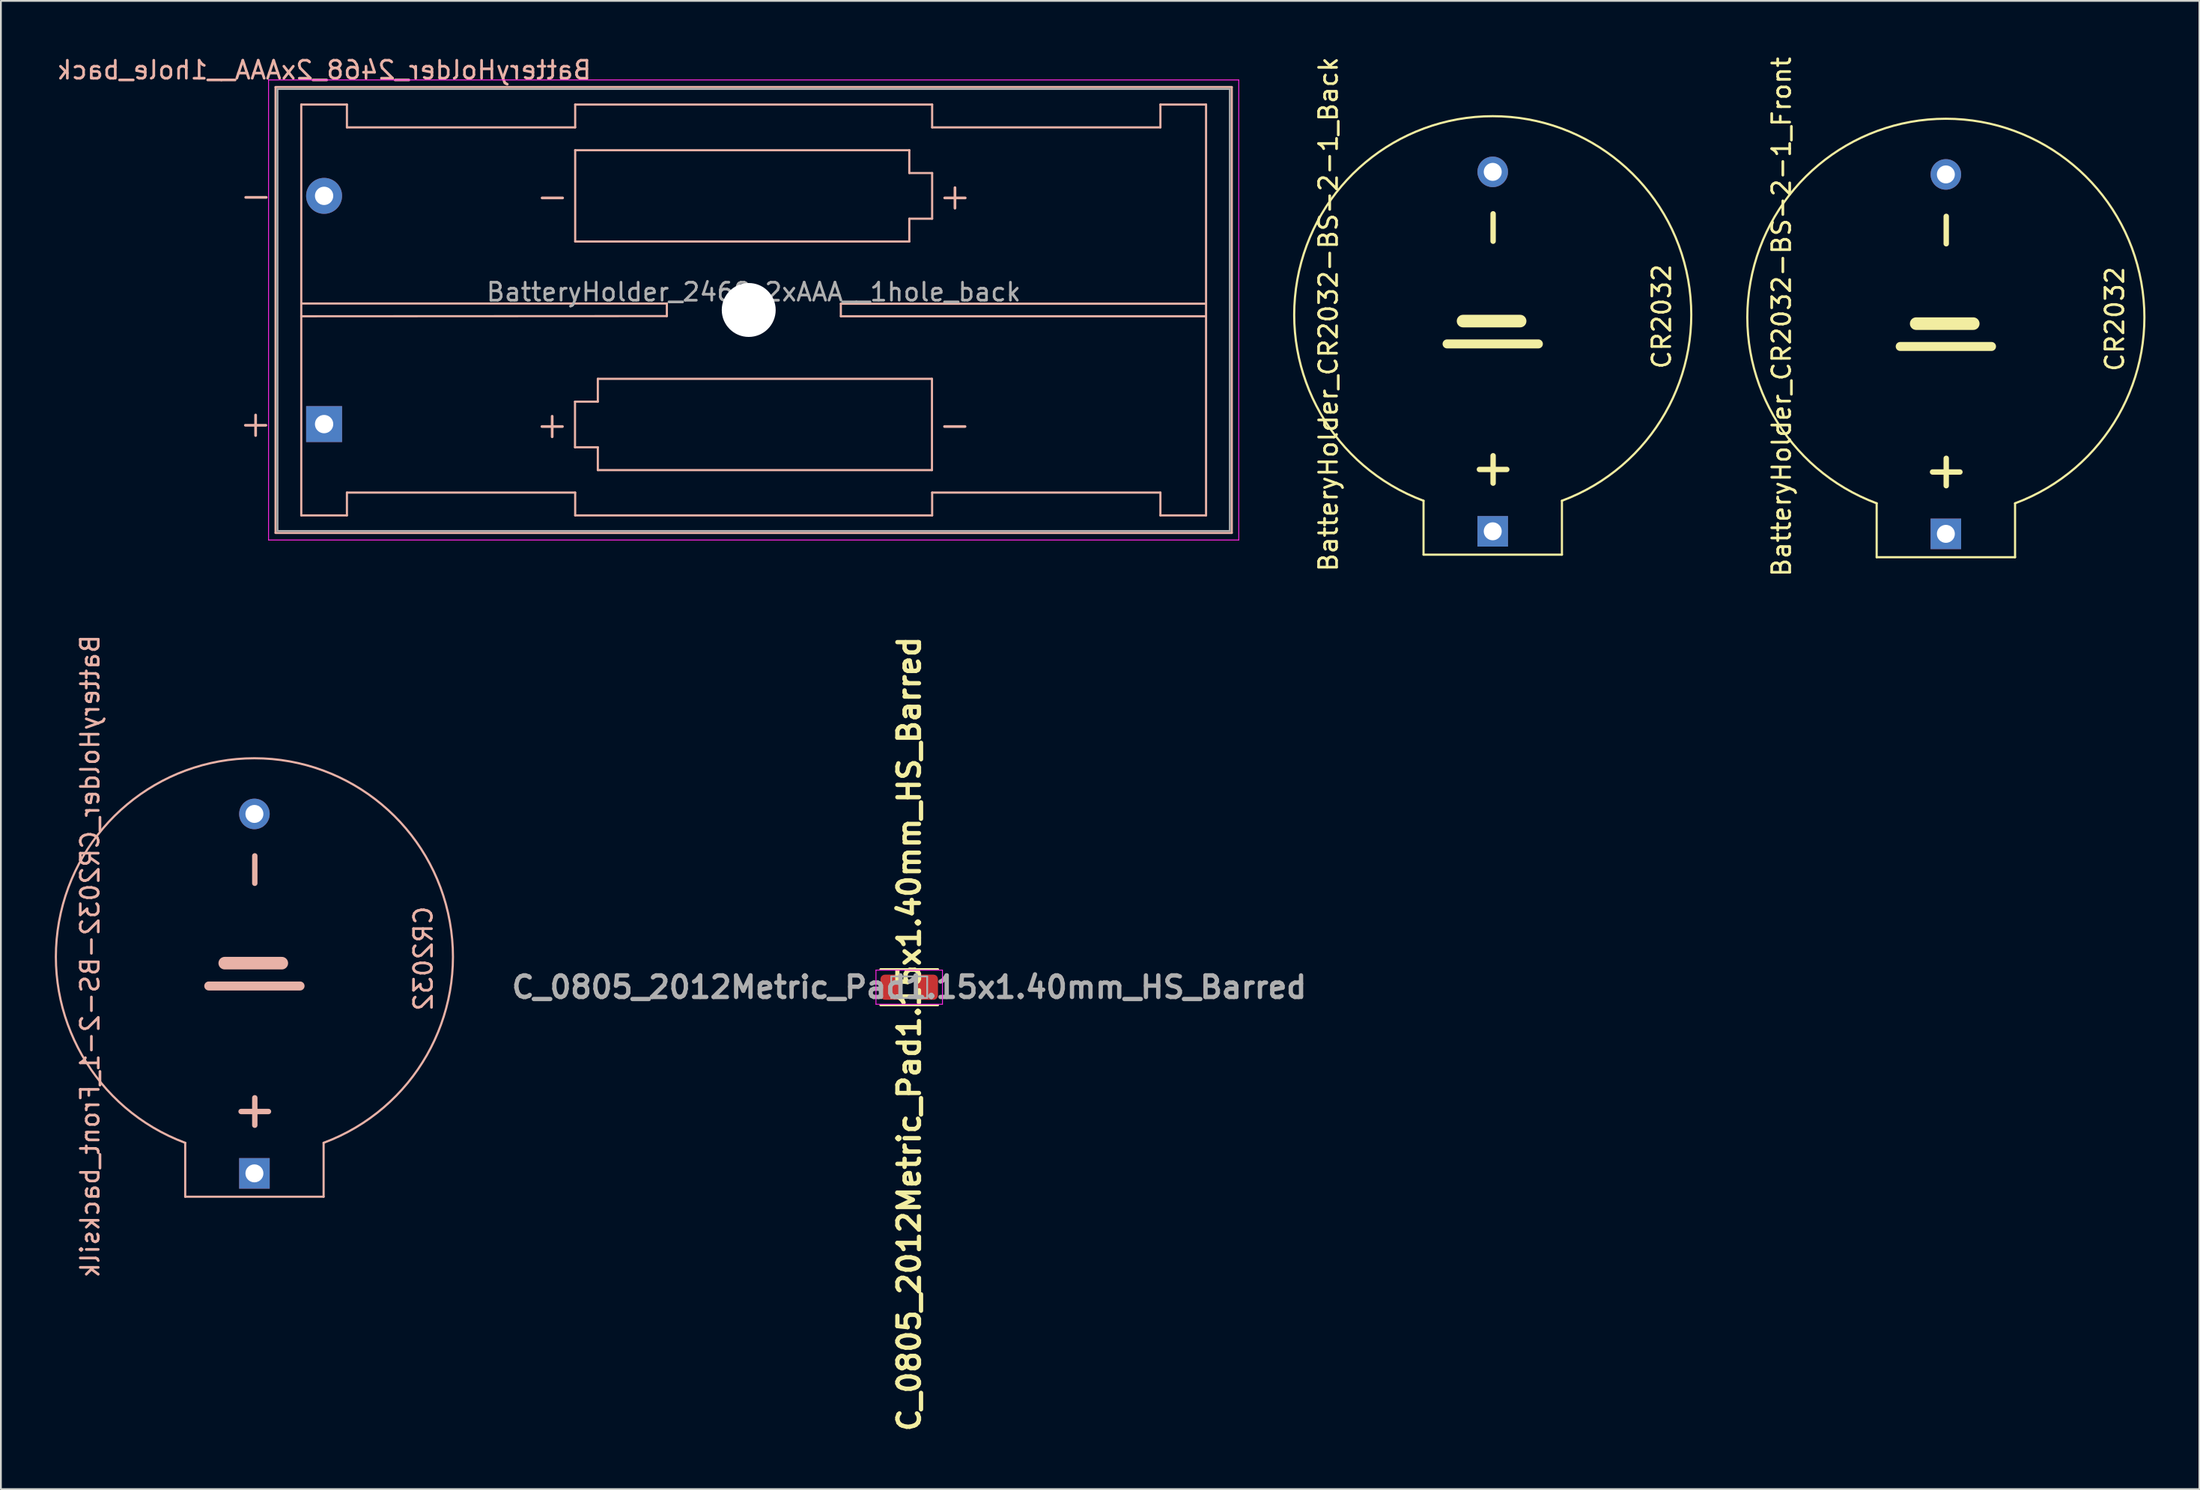
<source format=kicad_pcb>
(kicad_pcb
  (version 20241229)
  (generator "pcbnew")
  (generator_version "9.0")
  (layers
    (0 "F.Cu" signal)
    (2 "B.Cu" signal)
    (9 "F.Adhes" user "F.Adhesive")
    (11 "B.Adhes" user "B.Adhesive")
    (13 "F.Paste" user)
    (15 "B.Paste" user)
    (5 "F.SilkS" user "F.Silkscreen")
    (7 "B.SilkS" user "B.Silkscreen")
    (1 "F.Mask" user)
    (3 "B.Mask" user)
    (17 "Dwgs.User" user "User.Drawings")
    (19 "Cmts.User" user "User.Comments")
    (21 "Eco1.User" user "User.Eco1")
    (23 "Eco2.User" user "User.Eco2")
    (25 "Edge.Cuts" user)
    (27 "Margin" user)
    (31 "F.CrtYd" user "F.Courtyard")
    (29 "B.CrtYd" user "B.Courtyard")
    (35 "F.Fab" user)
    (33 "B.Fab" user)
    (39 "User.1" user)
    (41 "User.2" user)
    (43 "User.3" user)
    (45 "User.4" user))
  (footprint "BatteryHolder_CR2032-BS-2-1_Front"
    (layer "F.Cu")
    (at 105.213 3.655)
    (property "Reference" "BatteryHolder_CR2032-BS-2-1_Front" (at -9.144 10.922 90) (layer "F.SilkS") (effects (font (size 1 1) (thickness 0.15))))
    (attr through_hole)
    (fp_line (start -3.85 24.3) (end -3.85 21.3) (stroke (width 0.12) (type solid)) (layer "F.SilkS"))
    (fp_line (start -3.85 24.3) (end 3.85 24.3) (stroke (width 0.12) (type solid)) (layer "F.SilkS"))
    (fp_line (start -2.54 12.573) (end 2.54 12.573) (stroke (width 0.5) (type solid)) (layer "F.SilkS"))
    (fp_line (start -1.651 11.303) (end 1.524 11.303) (stroke (width 0.7) (type solid)) (layer "F.SilkS"))
    (fp_line (start 3.85 24.3) (end 3.85 21.3) (stroke (width 0.12) (type solid)) (layer "F.SilkS"))
    (fp_arc (start -3.85 21.3) (mid 0 -0.097908) (end 3.85 21.3) (stroke (width 0.12) (type solid)) (layer "F.SilkS"))
    (fp_text user "-" (at -0.127 6.096 90) (layer "F.SilkS") (effects (font (size 2 2) (thickness 0.3))))
    (fp_text user "+" (at -0.127 19.558 90) (layer "F.SilkS") (effects (font (size 2 2) (thickness 0.3))))
    (fp_text user "CR2032" (at 9.398 11.049 90) (layer "F.SilkS") (effects (font (size 1 1) (thickness 0.15))))
    (pad "1" thru_hole rect (at 0 23) (size 1.7 1.7) (drill 1) (layers "*.Cu" "*.Mask"))
    (pad "2" thru_hole circle (at 0 3) (size 1.7 1.7) (drill 1) (layers "*.Cu" "*.Mask")))
  (footprint "BatteryHolder_CR2032-BS-2-1_Front_backsilk"
    (layer "F.Cu")
    (at 11.105 39.239)
    (property "Reference" "BatteryHolder_CR2032-BS-2-1_Front_backsilk" (at -9.144 10.922 90) (layer "B.SilkS") (effects (font (size 1 1) (thickness 0.15)) (justify mirror)))
    (attr through_hole)
    (fp_line (start -3.85 24.3) (end -3.85 21.3) (stroke (width 0.12) (type solid)) (layer "B.SilkS"))
    (fp_line (start -3.85 24.3) (end 3.85 24.3) (stroke (width 0.12) (type solid)) (layer "B.SilkS"))
    (fp_line (start -2.54 12.573) (end 2.54 12.573) (stroke (width 0.5) (type solid)) (layer "B.SilkS"))
    (fp_line (start -1.651 11.303) (end 1.524 11.303) (stroke (width 0.7) (type solid)) (layer "B.SilkS"))
    (fp_line (start 3.85 24.3) (end 3.85 21.3) (stroke (width 0.12) (type solid)) (layer "B.SilkS"))
    (fp_arc (start -3.850171 21.299936) (mid 0.000091 -0.097908) (end 3.85 21.3) (stroke (width 0.12) (type solid)) (layer "B.SilkS"))
    (fp_text user "-" (at -0.127 6.096 90) (layer "B.SilkS") (effects (font (size 2 2) (thickness 0.3)) (justify mirror)))
    (fp_text user "CR2032" (at 9.398 11.049 90) (layer "B.SilkS") (effects (font (size 1 1) (thickness 0.15)) (justify mirror)))
    (fp_text user "+" (at -0.127 19.558 90) (layer "B.SilkS") (effects (font (size 2 2) (thickness 0.3)) (justify mirror)))
    (pad "1" thru_hole rect (at 0 23) (size 1.7 1.7) (drill 1) (layers "*.Cu" "*.Mask"))
    (pad "2" thru_hole circle (at 0 3) (size 1.7 1.7) (drill 1) (layers "*.Cu" "*.Mask")))
  (footprint "BatteryHolder_CR2032-BS-2-1_Back"
    (layer "F.Cu")
    (at 80.002 3.513)
    (property "Reference" "BatteryHolder_CR2032-BS-2-1_Back" (at -9.144 10.922 90) (layer "F.SilkS") (effects (font (size 1 1) (thickness 0.15))))
    (attr through_hole)
    (fp_line (start -3.85 24.3) (end -3.85 21.3) (stroke (width 0.12) (type solid)) (layer "F.SilkS"))
    (fp_line (start -3.85 24.3) (end 3.85 24.3) (stroke (width 0.12) (type solid)) (layer "F.SilkS"))
    (fp_line (start -2.54 12.573) (end 2.54 12.573) (stroke (width 0.5) (type solid)) (layer "F.SilkS"))
    (fp_line (start -1.651 11.303) (end 1.524 11.303) (stroke (width 0.7) (type solid)) (layer "F.SilkS"))
    (fp_line (start 3.85 24.3) (end 3.85 21.3) (stroke (width 0.12) (type solid)) (layer "F.SilkS"))
    (fp_arc (start -3.85 21.3) (mid 0 -0.097908) (end 3.85 21.3) (stroke (width 0.12) (type solid)) (layer "F.SilkS"))
    (fp_text user "-" (at -0.127 6.096 90) (layer "F.SilkS") (effects (font (size 2 2) (thickness 0.3))))
    (fp_text user "+" (at -0.127 19.558 90) (layer "F.SilkS") (effects (font (size 2 2) (thickness 0.3))))
    (fp_text user "CR2032" (at 9.398 11.049 90) (layer "F.SilkS") (effects (font (size 1 1) (thickness 0.15))))
    (pad "1" thru_hole rect (at 0 23) (size 1.7 1.7) (drill 1) (layers "*.Cu" "*.Mask"))
    (pad "2" thru_hole circle (at 0 3) (size 1.7 1.7) (drill 1) (layers "*.Cu" "*.Mask")))
  (footprint "BatteryHolder_2468_2xAAA__1hole_back"
    (layer "F.Cu")
    (at 14.982 7.848)
    (property "Reference" "BatteryHolder_2468_2xAAA__1hole_back" (at 0 -7 0) (layer "B.SilkS") (effects (font (size 1 1) (thickness 0.15)) (justify mirror)))
    (attr through_hole)
    (fp_line (start -2.7 -6.05) (end -2.7 18.75) (stroke (width 0.12) (type solid)) (layer "B.SilkS"))
    (fp_line (start -2.7 18.755) (end 50.5 18.755) (stroke (width 0.12) (type solid)) (layer "B.SilkS"))
    (fp_line (start -1.27 -5.08) (end -1.27 17.78) (stroke (width 0.12) (type solid)) (layer "B.SilkS"))
    (fp_line (start -1.27 17.78) (end 1.27 17.78) (stroke (width 0.12) (type solid)) (layer "B.SilkS"))
    (fp_line (start 1.27 -5.08) (end -1.27 -5.08) (stroke (width 0.12) (type solid)) (layer "B.SilkS"))
    (fp_line (start 1.27 -3.81) (end 1.27 -5.08) (stroke (width 0.12) (type solid)) (layer "B.SilkS"))
    (fp_line (start 1.27 -3.81) (end 13.97 -3.81) (stroke (width 0.12) (type solid)) (layer "B.SilkS"))
    (fp_line (start 1.27 16.51) (end 13.97 16.51) (stroke (width 0.12) (type solid)) (layer "B.SilkS"))
    (fp_line (start 1.27 17.78) (end 1.27 16.51) (stroke (width 0.12) (type solid)) (layer "B.SilkS"))
    (fp_line (start 13.96 11.45) (end 15.23 11.45) (stroke (width 0.12) (type solid)) (layer "B.SilkS"))
    (fp_line (start 13.96 13.99) (end 13.96 11.45) (stroke (width 0.12) (type solid)) (layer "B.SilkS"))
    (fp_line (start 13.97 -5.08) (end 13.97 -3.81) (stroke (width 0.12) (type solid)) (layer "B.SilkS"))
    (fp_line (start 13.97 -2.54) (end 32.56 -2.54) (stroke (width 0.12) (type solid)) (layer "B.SilkS"))
    (fp_line (start 13.97 2.54) (end 13.97 -2.54) (stroke (width 0.12) (type solid)) (layer "B.SilkS"))
    (fp_line (start 13.97 16.51) (end 13.97 17.78) (stroke (width 0.12) (type solid)) (layer "B.SilkS"))
    (fp_line (start 13.97 17.78) (end 33.83 17.78) (stroke (width 0.12) (type solid)) (layer "B.SilkS"))
    (fp_line (start 15.23 10.18) (end 33.82 10.18) (stroke (width 0.12) (type solid)) (layer "B.SilkS"))
    (fp_line (start 15.23 11.45) (end 15.23 10.18) (stroke (width 0.12) (type solid)) (layer "B.SilkS"))
    (fp_line (start 15.23 13.99) (end 13.96 13.99) (stroke (width 0.12) (type solid)) (layer "B.SilkS"))
    (fp_line (start 15.23 15.26) (end 15.23 13.99) (stroke (width 0.12) (type solid)) (layer "B.SilkS"))
    (fp_line (start 19.07 5.99) (end -1.25 5.99) (stroke (width 0.12) (type solid)) (layer "B.SilkS"))
    (fp_line (start 19.07 5.99) (end 19.07 6.69) (stroke (width 0.12) (type solid)) (layer "B.SilkS"))
    (fp_line (start 19.07 6.69) (end -1.27 6.7) (stroke (width 0.12) (type solid)) (layer "B.SilkS"))
    (fp_line (start 28.75 6) (end 28.75 6.7) (stroke (width 0.12) (type solid)) (layer "B.SilkS"))
    (fp_line (start 28.75 6.7) (end 49.07 6.7) (stroke (width 0.12) (type solid)) (layer "B.SilkS"))
    (fp_line (start 32.56 -2.54) (end 32.56 -1.27) (stroke (width 0.12) (type solid)) (layer "B.SilkS"))
    (fp_line (start 32.56 -1.27) (end 33.83 -1.27) (stroke (width 0.12) (type solid)) (layer "B.SilkS"))
    (fp_line (start 32.56 1.27) (end 32.56 2.54) (stroke (width 0.12) (type solid)) (layer "B.SilkS"))
    (fp_line (start 32.56 2.54) (end 13.97 2.54) (stroke (width 0.12) (type solid)) (layer "B.SilkS"))
    (fp_line (start 33.82 10.18) (end 33.82 15.26) (stroke (width 0.12) (type solid)) (layer "B.SilkS"))
    (fp_line (start 33.82 15.26) (end 15.23 15.26) (stroke (width 0.12) (type solid)) (layer "B.SilkS"))
    (fp_line (start 33.83 -5.08) (end 13.97 -5.08) (stroke (width 0.12) (type solid)) (layer "B.SilkS"))
    (fp_line (start 33.83 -3.81) (end 33.83 -5.08) (stroke (width 0.12) (type solid)) (layer "B.SilkS"))
    (fp_line (start 33.83 -1.27) (end 33.83 1.27) (stroke (width 0.12) (type solid)) (layer "B.SilkS"))
    (fp_line (start 33.83 1.27) (end 32.56 1.27) (stroke (width 0.12) (type solid)) (layer "B.SilkS"))
    (fp_line (start 33.83 17.78) (end 33.83 16.51) (stroke (width 0.12) (type solid)) (layer "B.SilkS"))
    (fp_line (start 46.53 -5.08) (end 46.53 -3.81) (stroke (width 0.12) (type solid)) (layer "B.SilkS"))
    (fp_line (start 46.53 -3.81) (end 33.83 -3.81) (stroke (width 0.12) (type solid)) (layer "B.SilkS"))
    (fp_line (start 46.53 16.51) (end 33.83 16.51) (stroke (width 0.12) (type solid)) (layer "B.SilkS"))
    (fp_line (start 46.53 17.78) (end 46.53 16.51) (stroke (width 0.12) (type solid)) (layer "B.SilkS"))
    (fp_line (start 49.07 -5.08) (end 46.53 -5.08) (stroke (width 0.12) (type solid)) (layer "B.SilkS"))
    (fp_line (start 49.07 -5.08) (end 49.07 17.78) (stroke (width 0.12) (type solid)) (layer "B.SilkS"))
    (fp_line (start 49.07 6) (end 28.75 6) (stroke (width 0.12) (type solid)) (layer "B.SilkS"))
    (fp_line (start 49.07 17.78) (end 46.53 17.78) (stroke (width 0.12) (type solid)) (layer "B.SilkS"))
    (fp_line (start 50.5 -6.055) (end -2.7 -6.055) (stroke (width 0.12) (type solid)) (layer "B.SilkS"))
    (fp_line (start 50.5 18.75) (end 50.5 -6.05) (stroke (width 0.12) (type solid)) (layer "B.SilkS"))
    (fp_line (start -3.09 -6.45) (end -3.09 19.15) (stroke (width 0.05) (type solid)) (layer "F.CrtYd"))
    (fp_line (start -3.09 19.15) (end 50.89 19.15) (stroke (width 0.05) (type solid)) (layer "F.CrtYd"))
    (fp_line (start 50.89 -6.45) (end -3.09 -6.45) (stroke (width 0.05) (type solid)) (layer "F.CrtYd"))
    (fp_line (start 50.89 19.15) (end 50.89 -6.45) (stroke (width 0.05) (type solid)) (layer "F.CrtYd"))
    (fp_line (start -2.59 -5.945) (end 50.39 -5.945) (stroke (width 0.1) (type solid)) (layer "F.Fab"))
    (fp_line (start -2.59 18.645) (end -2.59 -5.945) (stroke (width 0.1) (type solid)) (layer "F.Fab"))
    (fp_line (start -2.59 18.645) (end 50.39 18.645) (stroke (width 0.1) (type solid)) (layer "F.Fab"))
    (fp_line (start 50.39 18.645) (end 50.39 -5.945) (stroke (width 0.1) (type solid)) (layer "F.Fab"))
    (fp_text user "-" (at -3.79 -0.03 0) (layer "B.SilkS") (effects (font (size 1.5 1.5) (thickness 0.15))))
    (fp_text user "+" (at -3.81 12.65 0) (layer "B.SilkS") (effects (font (size 1.5 1.5) (thickness 0.15))))
    (fp_text user "+" (at 12.69 12.72 0) (layer "B.SilkS") (effects (font (size 1.5 1.5) (thickness 0.15))))
    (fp_text user "-" (at 12.7 0 0) (layer "B.SilkS") (effects (font (size 1.5 1.5) (thickness 0.15))))
    (fp_text user "-" (at 35.09 12.72 0) (layer "B.SilkS") (effects (font (size 1.5 1.5) (thickness 0.15))))
    (fp_text user "+" (at 35.1 0 0) (layer "B.SilkS") (effects (font (size 1.5 1.5) (thickness 0.15))))
    (fp_text user "${REFERENCE}" (at 23.9 5.35 0) (layer "F.Fab") (effects (font (size 1 1) (thickness 0.15))))
    (pad "" np_thru_hole circle (at 23.625 6.35) (size 3 3) (drill 3) (layers "*.Cu" "*.Mask"))
    (pad "1" thru_hole rect (at 0 12.7) (size 2 2) (drill 1.02) (layers "*.Cu" "*.Mask"))
    (pad "2" thru_hole circle (at 0 0) (size 2 2) (drill 1.02) (layers "*.Cu" "*.Mask")))
  (footprint "C_0805_2012Metric_Pad1.15x1.40mm_HS_Barred"
    (layer "F.Cu")
    (at 47.536 51.88)
    (property "Reference" "C_0805_2012Metric_Pad1.15x1.40mm_HS_Barred" (at 0 2.6 90) (layer "F.SilkS") (effects (font (size 1.2 1.2) (thickness 0.24))))
    (attr smd)
    (fp_line (start -1.6 -1) (end 1.6 -1) (stroke (width 0.12) (type solid)) (layer "F.SilkS"))
    (fp_line (start -1.6 1) (end 1.6 1) (stroke (width 0.12) (type solid)) (layer "F.SilkS"))
    (fp_line (start -1.85 -0.95) (end 1.85 -0.95) (stroke (width 0.05) (type solid)) (layer "F.CrtYd"))
    (fp_line (start -1.85 0.95) (end -1.85 -0.95) (stroke (width 0.05) (type solid)) (layer "F.CrtYd"))
    (fp_line (start 1.85 -0.95) (end 1.85 0.95) (stroke (width 0.05) (type solid)) (layer "F.CrtYd"))
    (fp_line (start 1.85 0.95) (end -1.85 0.95) (stroke (width 0.05) (type solid)) (layer "F.CrtYd"))
    (fp_line (start -1 -0.6) (end 1 -0.6) (stroke (width 0.1) (type solid)) (layer "F.Fab"))
    (fp_line (start -1 0.6) (end -1 -0.6) (stroke (width 0.1) (type solid)) (layer "F.Fab"))
    (fp_line (start 1 -0.6) (end 1 0.6) (stroke (width 0.1) (type solid)) (layer "F.Fab"))
    (fp_line (start 1 0.6) (end -1 0.6) (stroke (width 0.1) (type solid)) (layer "F.Fab"))
    (fp_text user "${REFERENCE}" (at 0 0 0) (layer "F.Fab") (effects (font (size 1.2 1.2) (thickness 0.24))))
    (pad "1" smd roundrect (at -1.025 0) (size 1.15 1.4) (layers "F.Cu" "F.Mask" "F.Paste") (roundrect_rratio 0.217))
    (pad "2" smd roundrect (at 1.025 0) (size 1.15 1.4) (layers "F.Cu" "F.Mask" "F.Paste") (roundrect_rratio 0.217)))
  (gr_rect
    (start -3 -3)
    (end 119.318 79.806)
    (stroke (width 0.1) (type default))
    (fill no)
    (layer "Edge.Cuts")))
</source>
